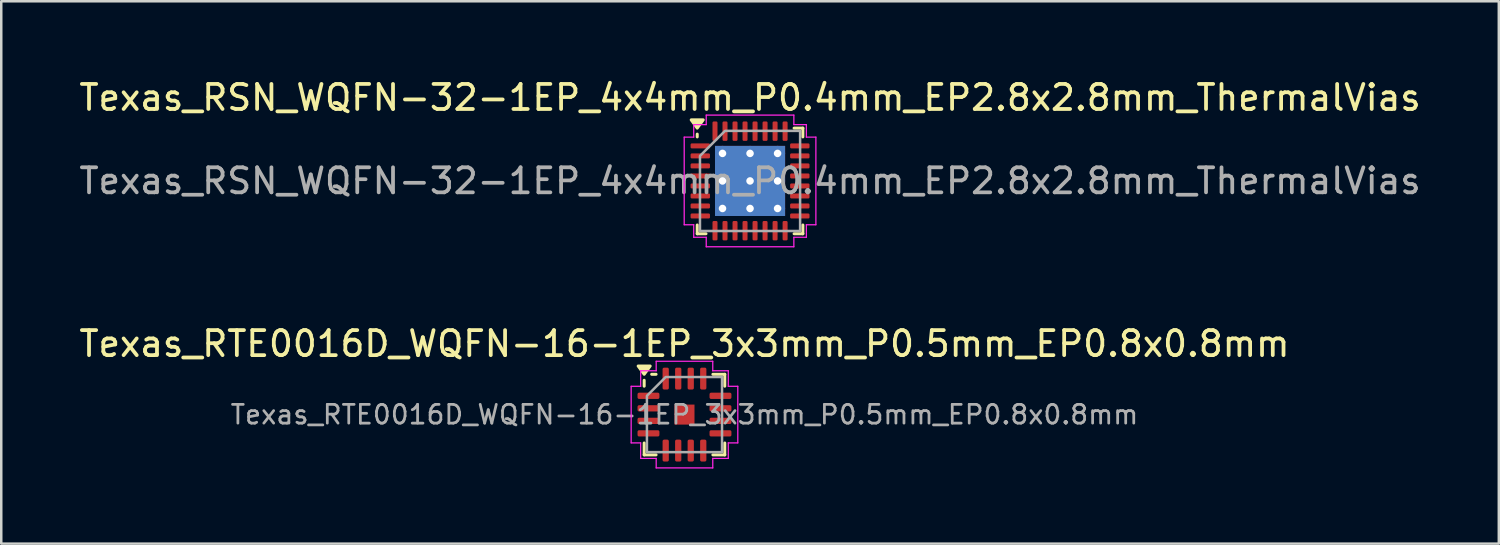
<source format=kicad_pcb>
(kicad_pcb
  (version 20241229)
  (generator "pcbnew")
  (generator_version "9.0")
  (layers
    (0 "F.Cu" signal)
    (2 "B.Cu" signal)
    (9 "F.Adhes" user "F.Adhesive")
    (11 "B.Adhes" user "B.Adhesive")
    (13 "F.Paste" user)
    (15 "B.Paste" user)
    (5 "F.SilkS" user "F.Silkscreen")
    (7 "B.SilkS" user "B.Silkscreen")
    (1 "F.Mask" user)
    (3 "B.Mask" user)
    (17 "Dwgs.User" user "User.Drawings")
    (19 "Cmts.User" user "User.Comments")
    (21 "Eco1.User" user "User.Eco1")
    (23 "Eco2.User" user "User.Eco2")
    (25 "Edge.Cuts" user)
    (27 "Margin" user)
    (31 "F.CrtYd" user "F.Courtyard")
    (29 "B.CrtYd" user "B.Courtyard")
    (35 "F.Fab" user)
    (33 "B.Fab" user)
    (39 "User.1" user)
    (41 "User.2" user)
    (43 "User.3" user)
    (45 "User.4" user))
  (footprint "Texas_RTE0016D_WQFN-16-1EP_3x3mm_P0.5mm_EP0.8x0.8mm"
    (layer "F.Cu")
    (at 24.292 13.511)
    (property "Reference" "Texas_RTE0016D_WQFN-16-1EP_3x3mm_P0.5mm_EP0.8x0.8mm" (at 0 -2.83 0) (layer "F.SilkS") (effects (font (size 1 1) (thickness 0.15))))
    (attr smd)
    (fp_line (start -1.61 -1.135) (end -1.61 -1.37) (stroke (width 0.12) (type solid)) (layer "F.SilkS"))
    (fp_line (start -1.61 1.61) (end -1.61 1.135) (stroke (width 0.12) (type solid)) (layer "F.SilkS"))
    (fp_line (start -1.135 -1.61) (end -1.31 -1.61) (stroke (width 0.12) (type solid)) (layer "F.SilkS"))
    (fp_line (start -1.135 1.61) (end -1.61 1.61) (stroke (width 0.12) (type solid)) (layer "F.SilkS"))
    (fp_line (start 1.135 -1.61) (end 1.61 -1.61) (stroke (width 0.12) (type solid)) (layer "F.SilkS"))
    (fp_line (start 1.135 1.61) (end 1.61 1.61) (stroke (width 0.12) (type solid)) (layer "F.SilkS"))
    (fp_line (start 1.61 -1.61) (end 1.61 -1.135) (stroke (width 0.12) (type solid)) (layer "F.SilkS"))
    (fp_line (start 1.61 1.61) (end 1.61 1.135) (stroke (width 0.12) (type solid)) (layer "F.SilkS"))
    (fp_poly (pts (xy -1.61 -1.61) (xy -1.85 -1.94) (xy -1.37 -1.94)) (stroke (width 0.12) (type solid)) (fill yes) (layer "F.SilkS"))
    (fp_line (start -2.13 -1.13) (end -1.75 -1.13) (stroke (width 0.05) (type solid)) (layer "F.CrtYd"))
    (fp_line (start -2.13 1.13) (end -2.13 -1.13) (stroke (width 0.05) (type solid)) (layer "F.CrtYd"))
    (fp_line (start -1.75 -1.75) (end -1.13 -1.75) (stroke (width 0.05) (type solid)) (layer "F.CrtYd"))
    (fp_line (start -1.75 -1.13) (end -1.75 -1.75) (stroke (width 0.05) (type solid)) (layer "F.CrtYd"))
    (fp_line (start -1.75 1.13) (end -2.13 1.13) (stroke (width 0.05) (type solid)) (layer "F.CrtYd"))
    (fp_line (start -1.75 1.75) (end -1.75 1.13) (stroke (width 0.05) (type solid)) (layer "F.CrtYd"))
    (fp_line (start -1.13 -2.13) (end 1.13 -2.13) (stroke (width 0.05) (type solid)) (layer "F.CrtYd"))
    (fp_line (start -1.13 -1.75) (end -1.13 -2.13) (stroke (width 0.05) (type solid)) (layer "F.CrtYd"))
    (fp_line (start -1.13 1.75) (end -1.75 1.75) (stroke (width 0.05) (type solid)) (layer "F.CrtYd"))
    (fp_line (start -1.13 2.13) (end -1.13 1.75) (stroke (width 0.05) (type solid)) (layer "F.CrtYd"))
    (fp_line (start 1.13 -2.13) (end 1.13 -1.75) (stroke (width 0.05) (type solid)) (layer "F.CrtYd"))
    (fp_line (start 1.13 -1.75) (end 1.75 -1.75) (stroke (width 0.05) (type solid)) (layer "F.CrtYd"))
    (fp_line (start 1.13 1.75) (end 1.13 2.13) (stroke (width 0.05) (type solid)) (layer "F.CrtYd"))
    (fp_line (start 1.13 2.13) (end -1.13 2.13) (stroke (width 0.05) (type solid)) (layer "F.CrtYd"))
    (fp_line (start 1.75 -1.75) (end 1.75 -1.13) (stroke (width 0.05) (type solid)) (layer "F.CrtYd"))
    (fp_line (start 1.75 -1.13) (end 2.13 -1.13) (stroke (width 0.05) (type solid)) (layer "F.CrtYd"))
    (fp_line (start 1.75 1.13) (end 1.75 1.75) (stroke (width 0.05) (type solid)) (layer "F.CrtYd"))
    (fp_line (start 1.75 1.75) (end 1.13 1.75) (stroke (width 0.05) (type solid)) (layer "F.CrtYd"))
    (fp_line (start 2.13 -1.13) (end 2.13 1.13) (stroke (width 0.05) (type solid)) (layer "F.CrtYd"))
    (fp_line (start 2.13 1.13) (end 1.75 1.13) (stroke (width 0.05) (type solid)) (layer "F.CrtYd"))
    (fp_poly (pts (xy -1.5 -0.75) (xy -1.5 1.5) (xy 1.5 1.5) (xy 1.5 -1.5) (xy -0.75 -1.5)) (stroke (width 0.1) (type solid)) (fill no) (layer "F.Fab"))
    (fp_text user "${REFERENCE}" (at 0 0 0) (layer "F.Fab") (effects (font (size 0.75 0.75) (thickness 0.11))))
    (pad "" smd roundrect (at -0.2 -0.2) (size 0.32 0.32) (layers "F.Paste") (roundrect_rratio 0.25))
    (pad "" smd roundrect (at -0.2 0.2) (size 0.32 0.32) (layers "F.Paste") (roundrect_rratio 0.25))
    (pad "" smd roundrect (at 0.2 -0.2) (size 0.32 0.32) (layers "F.Paste") (roundrect_rratio 0.25))
    (pad "" smd roundrect (at 0.2 0.2) (size 0.32 0.32) (layers "F.Paste") (roundrect_rratio 0.25))
    (pad "1" smd roundrect (at -1.438 -0.75) (size 0.875 0.25) (layers "F.Cu" "F.Mask" "F.Paste") (roundrect_rratio 0.25))
    (pad "2" smd roundrect (at -1.438 -0.25) (size 0.875 0.25) (layers "F.Cu" "F.Mask" "F.Paste") (roundrect_rratio 0.25))
    (pad "3" smd roundrect (at -1.438 0.25) (size 0.875 0.25) (layers "F.Cu" "F.Mask" "F.Paste") (roundrect_rratio 0.25))
    (pad "4" smd roundrect (at -1.438 0.75) (size 0.875 0.25) (layers "F.Cu" "F.Mask" "F.Paste") (roundrect_rratio 0.25))
    (pad "5" smd roundrect (at -0.75 1.438) (size 0.25 0.875) (layers "F.Cu" "F.Mask" "F.Paste") (roundrect_rratio 0.25))
    (pad "6" smd roundrect (at -0.25 1.438) (size 0.25 0.875) (layers "F.Cu" "F.Mask" "F.Paste") (roundrect_rratio 0.25))
    (pad "7" smd roundrect (at 0.25 1.438) (size 0.25 0.875) (layers "F.Cu" "F.Mask" "F.Paste") (roundrect_rratio 0.25))
    (pad "8" smd roundrect (at 0.75 1.438) (size 0.25 0.875) (layers "F.Cu" "F.Mask" "F.Paste") (roundrect_rratio 0.25))
    (pad "9" smd roundrect (at 1.438 0.75) (size 0.875 0.25) (layers "F.Cu" "F.Mask" "F.Paste") (roundrect_rratio 0.25))
    (pad "10" smd roundrect (at 1.438 0.25) (size 0.875 0.25) (layers "F.Cu" "F.Mask" "F.Paste") (roundrect_rratio 0.25))
    (pad "11" smd roundrect (at 1.438 -0.25) (size 0.875 0.25) (layers "F.Cu" "F.Mask" "F.Paste") (roundrect_rratio 0.25))
    (pad "12" smd roundrect (at 1.438 -0.75) (size 0.875 0.25) (layers "F.Cu" "F.Mask" "F.Paste") (roundrect_rratio 0.25))
    (pad "13" smd roundrect (at 0.75 -1.438) (size 0.25 0.875) (layers "F.Cu" "F.Mask" "F.Paste") (roundrect_rratio 0.25))
    (pad "14" smd roundrect (at 0.25 -1.438) (size 0.25 0.875) (layers "F.Cu" "F.Mask" "F.Paste") (roundrect_rratio 0.25))
    (pad "15" smd roundrect (at -0.25 -1.438) (size 0.25 0.875) (layers "F.Cu" "F.Mask" "F.Paste") (roundrect_rratio 0.25))
    (pad "16" smd roundrect (at -0.75 -1.438) (size 0.25 0.875) (layers "F.Cu" "F.Mask" "F.Paste") (roundrect_rratio 0.25))
    (pad "17" smd rect (at 0 0) (size 0.8 0.8) (property pad_prop_heatsink) (layers "F.Cu" "F.Mask")))
  (footprint "Texas_RSN_WQFN-32-1EP_4x4mm_P0.4mm_EP2.8x2.8mm_ThermalVias"
    (layer "F.Cu")
    (at 26.911 4.178)
    (property "Reference" "Texas_RSN_WQFN-32-1EP_4x4mm_P0.4mm_EP2.8x2.8mm_ThermalVias" (at 0 -3.33 0) (layer "F.SilkS") (effects (font (size 1 1) (thickness 0.15))))
    (attr smd)
    (fp_line (start -2.11 -1.76) (end -2.11 -1.87) (stroke (width 0.12) (type solid)) (layer "F.SilkS"))
    (fp_line (start -2.11 2.11) (end -2.11 1.76) (stroke (width 0.12) (type solid)) (layer "F.SilkS"))
    (fp_line (start -1.76 2.11) (end -2.11 2.11) (stroke (width 0.12) (type solid)) (layer "F.SilkS"))
    (fp_line (start 1.76 -2.11) (end 2.11 -2.11) (stroke (width 0.12) (type solid)) (layer "F.SilkS"))
    (fp_line (start 1.76 2.11) (end 2.11 2.11) (stroke (width 0.12) (type solid)) (layer "F.SilkS"))
    (fp_line (start 2.11 -2.11) (end 2.11 -1.76) (stroke (width 0.12) (type solid)) (layer "F.SilkS"))
    (fp_line (start 2.11 2.11) (end 2.11 1.76) (stroke (width 0.12) (type solid)) (layer "F.SilkS"))
    (fp_poly (pts (xy -2.11 -2.11) (xy -2.35 -2.44) (xy -1.87 -2.44)) (stroke (width 0.12) (type solid)) (fill yes) (layer "F.SilkS"))
    (fp_line (start -2.63 -1.75) (end -2.25 -1.75) (stroke (width 0.05) (type solid)) (layer "F.CrtYd"))
    (fp_line (start -2.63 1.75) (end -2.63 -1.75) (stroke (width 0.05) (type solid)) (layer "F.CrtYd"))
    (fp_line (start -2.25 -2.25) (end -1.75 -2.25) (stroke (width 0.05) (type solid)) (layer "F.CrtYd"))
    (fp_line (start -2.25 -1.75) (end -2.25 -2.25) (stroke (width 0.05) (type solid)) (layer "F.CrtYd"))
    (fp_line (start -2.25 1.75) (end -2.63 1.75) (stroke (width 0.05) (type solid)) (layer "F.CrtYd"))
    (fp_line (start -2.25 2.25) (end -2.25 1.75) (stroke (width 0.05) (type solid)) (layer "F.CrtYd"))
    (fp_line (start -1.75 -2.63) (end 1.75 -2.63) (stroke (width 0.05) (type solid)) (layer "F.CrtYd"))
    (fp_line (start -1.75 -2.25) (end -1.75 -2.63) (stroke (width 0.05) (type solid)) (layer "F.CrtYd"))
    (fp_line (start -1.75 2.25) (end -2.25 2.25) (stroke (width 0.05) (type solid)) (layer "F.CrtYd"))
    (fp_line (start -1.75 2.63) (end -1.75 2.25) (stroke (width 0.05) (type solid)) (layer "F.CrtYd"))
    (fp_line (start 1.75 -2.63) (end 1.75 -2.25) (stroke (width 0.05) (type solid)) (layer "F.CrtYd"))
    (fp_line (start 1.75 -2.25) (end 2.25 -2.25) (stroke (width 0.05) (type solid)) (layer "F.CrtYd"))
    (fp_line (start 1.75 2.25) (end 1.75 2.63) (stroke (width 0.05) (type solid)) (layer "F.CrtYd"))
    (fp_line (start 1.75 2.63) (end -1.75 2.63) (stroke (width 0.05) (type solid)) (layer "F.CrtYd"))
    (fp_line (start 2.25 -2.25) (end 2.25 -1.75) (stroke (width 0.05) (type solid)) (layer "F.CrtYd"))
    (fp_line (start 2.25 -1.75) (end 2.63 -1.75) (stroke (width 0.05) (type solid)) (layer "F.CrtYd"))
    (fp_line (start 2.25 1.75) (end 2.25 2.25) (stroke (width 0.05) (type solid)) (layer "F.CrtYd"))
    (fp_line (start 2.25 2.25) (end 1.75 2.25) (stroke (width 0.05) (type solid)) (layer "F.CrtYd"))
    (fp_line (start 2.63 -1.75) (end 2.63 1.75) (stroke (width 0.05) (type solid)) (layer "F.CrtYd"))
    (fp_line (start 2.63 1.75) (end 2.25 1.75) (stroke (width 0.05) (type solid)) (layer "F.CrtYd"))
    (fp_poly (pts (xy -2 -1) (xy -2 2) (xy 2 2) (xy 2 -2) (xy -1 -2)) (stroke (width 0.1) (type solid)) (fill no) (layer "F.Fab"))
    (fp_text user "${REFERENCE}" (at 0 0 0) (layer "F.Fab") (effects (font (size 1 1) (thickness 0.15))))
    (pad "" smd roundrect (at -0.7 -0.7) (size 1.17 1.17) (layers "F.Paste") (roundrect_rratio 0.214))
    (pad "" smd roundrect (at -0.7 0.7) (size 1.17 1.17) (layers "F.Paste") (roundrect_rratio 0.214))
    (pad "" smd roundrect (at 0.7 -0.7) (size 1.17 1.17) (layers "F.Paste") (roundrect_rratio 0.214))
    (pad "" smd roundrect (at 0.7 0.7) (size 1.17 1.17) (layers "F.Paste") (roundrect_rratio 0.214))
    (pad "1" smd roundrect (at -1.988 -1.4) (size 0.775 0.2) (layers "F.Cu" "F.Mask" "F.Paste") (roundrect_rratio 0.25))
    (pad "2" smd roundrect (at -1.988 -1) (size 0.775 0.2) (layers "F.Cu" "F.Mask" "F.Paste") (roundrect_rratio 0.25))
    (pad "3" smd roundrect (at -1.988 -0.6) (size 0.775 0.2) (layers "F.Cu" "F.Mask" "F.Paste") (roundrect_rratio 0.25))
    (pad "4" smd roundrect (at -1.988 -0.2) (size 0.775 0.2) (layers "F.Cu" "F.Mask" "F.Paste") (roundrect_rratio 0.25))
    (pad "5" smd roundrect (at -1.988 0.2) (size 0.775 0.2) (layers "F.Cu" "F.Mask" "F.Paste") (roundrect_rratio 0.25))
    (pad "6" smd roundrect (at -1.988 0.6) (size 0.775 0.2) (layers "F.Cu" "F.Mask" "F.Paste") (roundrect_rratio 0.25))
    (pad "7" smd roundrect (at -1.988 1) (size 0.775 0.2) (layers "F.Cu" "F.Mask" "F.Paste") (roundrect_rratio 0.25))
    (pad "8" smd roundrect (at -1.988 1.4) (size 0.775 0.2) (layers "F.Cu" "F.Mask" "F.Paste") (roundrect_rratio 0.25))
    (pad "9" smd roundrect (at -1.4 1.988) (size 0.2 0.775) (layers "F.Cu" "F.Mask" "F.Paste") (roundrect_rratio 0.25))
    (pad "10" smd roundrect (at -1 1.988) (size 0.2 0.775) (layers "F.Cu" "F.Mask" "F.Paste") (roundrect_rratio 0.25))
    (pad "11" smd roundrect (at -0.6 1.988) (size 0.2 0.775) (layers "F.Cu" "F.Mask" "F.Paste") (roundrect_rratio 0.25))
    (pad "12" smd roundrect (at -0.2 1.988) (size 0.2 0.775) (layers "F.Cu" "F.Mask" "F.Paste") (roundrect_rratio 0.25))
    (pad "13" smd roundrect (at 0.2 1.988) (size 0.2 0.775) (layers "F.Cu" "F.Mask" "F.Paste") (roundrect_rratio 0.25))
    (pad "14" smd roundrect (at 0.6 1.988) (size 0.2 0.775) (layers "F.Cu" "F.Mask" "F.Paste") (roundrect_rratio 0.25))
    (pad "15" smd roundrect (at 1 1.988) (size 0.2 0.775) (layers "F.Cu" "F.Mask" "F.Paste") (roundrect_rratio 0.25))
    (pad "16" smd roundrect (at 1.4 1.988) (size 0.2 0.775) (layers "F.Cu" "F.Mask" "F.Paste") (roundrect_rratio 0.25))
    (pad "17" smd roundrect (at 1.988 1.4) (size 0.775 0.2) (layers "F.Cu" "F.Mask" "F.Paste") (roundrect_rratio 0.25))
    (pad "18" smd roundrect (at 1.988 1) (size 0.775 0.2) (layers "F.Cu" "F.Mask" "F.Paste") (roundrect_rratio 0.25))
    (pad "19" smd roundrect (at 1.988 0.6) (size 0.775 0.2) (layers "F.Cu" "F.Mask" "F.Paste") (roundrect_rratio 0.25))
    (pad "20" smd roundrect (at 1.988 0.2) (size 0.775 0.2) (layers "F.Cu" "F.Mask" "F.Paste") (roundrect_rratio 0.25))
    (pad "21" smd roundrect (at 1.988 -0.2) (size 0.775 0.2) (layers "F.Cu" "F.Mask" "F.Paste") (roundrect_rratio 0.25))
    (pad "22" smd roundrect (at 1.988 -0.6) (size 0.775 0.2) (layers "F.Cu" "F.Mask" "F.Paste") (roundrect_rratio 0.25))
    (pad "23" smd roundrect (at 1.988 -1) (size 0.775 0.2) (layers "F.Cu" "F.Mask" "F.Paste") (roundrect_rratio 0.25))
    (pad "24" smd roundrect (at 1.988 -1.4) (size 0.775 0.2) (layers "F.Cu" "F.Mask" "F.Paste") (roundrect_rratio 0.25))
    (pad "25" smd roundrect (at 1.4 -1.988) (size 0.2 0.775) (layers "F.Cu" "F.Mask" "F.Paste") (roundrect_rratio 0.25))
    (pad "26" smd roundrect (at 1 -1.988) (size 0.2 0.775) (layers "F.Cu" "F.Mask" "F.Paste") (roundrect_rratio 0.25))
    (pad "27" smd roundrect (at 0.6 -1.988) (size 0.2 0.775) (layers "F.Cu" "F.Mask" "F.Paste") (roundrect_rratio 0.25))
    (pad "28" smd roundrect (at 0.2 -1.988) (size 0.2 0.775) (layers "F.Cu" "F.Mask" "F.Paste") (roundrect_rratio 0.25))
    (pad "29" smd roundrect (at -0.2 -1.988) (size 0.2 0.775) (layers "F.Cu" "F.Mask" "F.Paste") (roundrect_rratio 0.25))
    (pad "30" smd roundrect (at -0.6 -1.988) (size 0.2 0.775) (layers "F.Cu" "F.Mask" "F.Paste") (roundrect_rratio 0.25))
    (pad "31" smd roundrect (at -1 -1.988) (size 0.2 0.775) (layers "F.Cu" "F.Mask" "F.Paste") (roundrect_rratio 0.25))
    (pad "32" smd roundrect (at -1.4 -1.988) (size 0.2 0.775) (layers "F.Cu" "F.Mask" "F.Paste") (roundrect_rratio 0.25))
    (pad "33" thru_hole circle (at -1.1 -1.1) (size 0.6 0.6) (drill 0.3) (property pad_prop_heatsink) (layers "*.Cu"))
    (pad "33" thru_hole circle (at -1.1 0) (size 0.6 0.6) (drill 0.3) (property pad_prop_heatsink) (layers "*.Cu"))
    (pad "33" thru_hole circle (at -1.1 1.1) (size 0.6 0.6) (drill 0.3) (property pad_prop_heatsink) (layers "*.Cu"))
    (pad "33" thru_hole circle (at 0 -1.1) (size 0.6 0.6) (drill 0.3) (property pad_prop_heatsink) (layers "*.Cu"))
    (pad "33" thru_hole circle (at 0 0) (size 0.6 0.6) (drill 0.3) (property pad_prop_heatsink) (layers "*.Cu"))
    (pad "33" smd rect (at 0 0) (size 2.8 2.8) (property pad_prop_heatsink) (layers "F.Cu" "F.Mask"))
    (pad "33" smd rect (at 0 0) (size 2.8 2.8) (property pad_prop_heatsink) (layers "B.Cu"))
    (pad "33" thru_hole circle (at 0 1.1) (size 0.6 0.6) (drill 0.3) (property pad_prop_heatsink) (layers "*.Cu"))
    (pad "33" thru_hole circle (at 1.1 -1.1) (size 0.6 0.6) (drill 0.3) (property pad_prop_heatsink) (layers "*.Cu"))
    (pad "33" thru_hole circle (at 1.1 0) (size 0.6 0.6) (drill 0.3) (property pad_prop_heatsink) (layers "*.Cu"))
    (pad "33" thru_hole circle (at 1.1 1.1) (size 0.6 0.6) (drill 0.3) (property pad_prop_heatsink) (layers "*.Cu")))
  (gr_rect
    (start -3 -3)
    (end 56.821 18.666)
    (stroke (width 0.1) (type default))
    (fill no)
    (layer "Edge.Cuts")))
</source>
